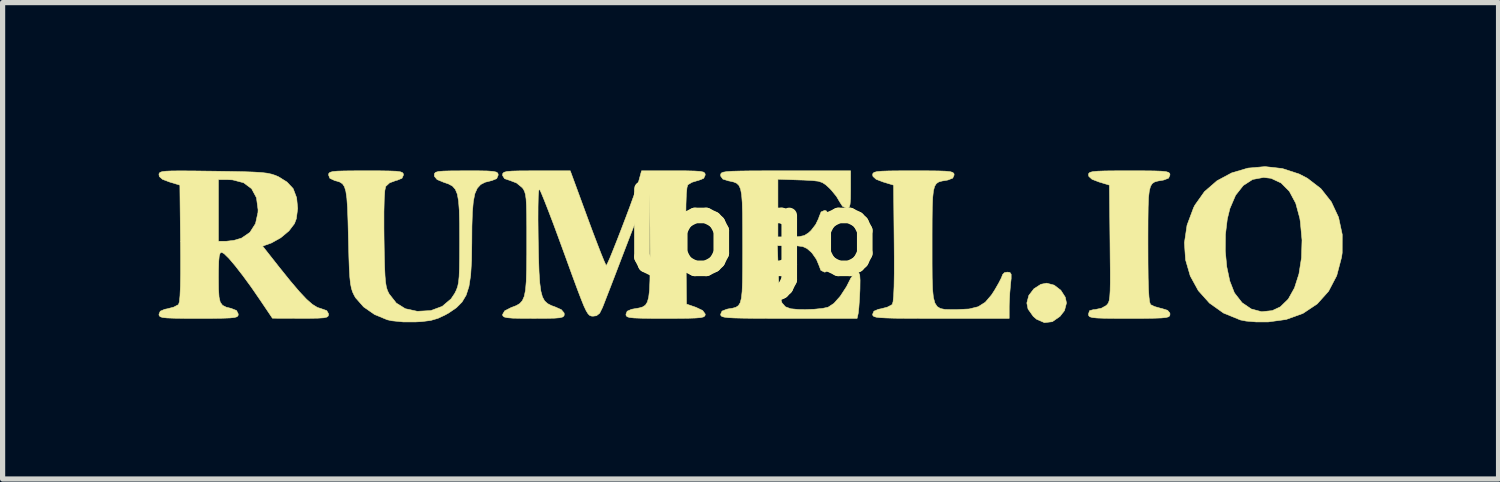
<source format=kicad_pcb>
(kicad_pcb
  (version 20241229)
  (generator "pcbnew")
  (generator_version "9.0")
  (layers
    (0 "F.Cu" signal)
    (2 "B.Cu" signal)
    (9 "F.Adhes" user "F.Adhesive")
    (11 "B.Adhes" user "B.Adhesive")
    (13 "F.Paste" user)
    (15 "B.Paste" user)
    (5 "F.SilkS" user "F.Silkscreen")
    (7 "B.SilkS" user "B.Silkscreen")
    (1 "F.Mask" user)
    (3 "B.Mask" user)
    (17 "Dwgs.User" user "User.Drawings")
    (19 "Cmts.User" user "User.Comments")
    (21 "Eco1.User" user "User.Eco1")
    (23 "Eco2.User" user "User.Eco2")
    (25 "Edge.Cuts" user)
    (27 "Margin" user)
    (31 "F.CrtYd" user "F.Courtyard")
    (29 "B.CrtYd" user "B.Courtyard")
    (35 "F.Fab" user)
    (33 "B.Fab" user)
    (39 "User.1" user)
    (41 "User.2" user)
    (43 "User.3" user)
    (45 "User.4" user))
  (footprint "logo"
    (layer "F.Cu")
    (at 11.393 1.418)
    (property "Reference" "logo" (at 0 0 0) (layer "F.SilkS") (effects (font (size 1.524 1.524) (thickness 0.3))))
    (attr through_hole)
    (fp_poly (pts (xy 5.817 1.012) (xy 5.945 1.11) (xy 6.031 1.244) (xy 6.054 1.355) (xy 6.016 1.501) (xy 5.93 1.612) (xy 5.782 1.715) (xy 5.63 1.733) (xy 5.48 1.668) (xy 5.415 1.612) (xy 5.315 1.471) (xy 5.292 1.355) (xy 5.33 1.21) (xy 5.428 1.082) (xy 5.562 0.996) (xy 5.673 0.974) (xy 5.817 1.012)) (stroke (width 0.01) (type solid)) (fill yes) (layer "F.SilkS"))
    (fp_poly (pts (xy 10.203 -1.229) (xy 10.528 -1.123) (xy 10.684 -1.042) (xy 10.943 -0.843) (xy 11.144 -0.589) (xy 11.283 -0.292) (xy 11.354 0.039) (xy 11.353 0.392) (xy 11.341 0.476) (xy 11.248 0.83) (xy 11.091 1.13) (xy 10.873 1.373) (xy 10.6 1.555) (xy 10.276 1.672) (xy 9.934 1.719) (xy 9.708 1.72) (xy 9.506 1.703) (xy 9.395 1.681) (xy 9.072 1.549) (xy 8.802 1.357) (xy 8.587 1.117) (xy 8.433 0.836) (xy 8.343 0.527) (xy 8.331 0.355) (xy 9.106 0.355) (xy 9.135 0.661) (xy 9.193 0.934) (xy 9.278 1.152) (xy 9.285 1.165) (xy 9.429 1.35) (xy 9.607 1.471) (xy 9.805 1.523) (xy 10.008 1.502) (xy 10.164 1.429) (xy 10.316 1.281) (xy 10.436 1.066) (xy 10.522 0.797) (xy 10.571 0.486) (xy 10.581 0.146) (xy 10.548 -0.21) (xy 10.538 -0.274) (xy 10.46 -0.562) (xy 10.338 -0.79) (xy 10.179 -0.951) (xy 9.986 -1.041) (xy 9.842 -1.058) (xy 9.632 -1.019) (xy 9.452 -0.903) (xy 9.304 -0.715) (xy 9.195 -0.461) (xy 9.145 -0.259) (xy 9.109 0.04) (xy 9.106 0.355) (xy 8.331 0.355) (xy 8.321 0.198) (xy 8.371 -0.14) (xy 8.497 -0.477) (xy 8.521 -0.524) (xy 8.706 -0.785) (xy 8.946 -0.993) (xy 9.229 -1.145) (xy 9.541 -1.237) (xy 9.87 -1.266) (xy 10.203 -1.229)) (stroke (width 0.01) (type solid)) (fill yes) (layer "F.SilkS"))
    (fp_poly (pts (xy 7.536 -1.185) (xy 7.738 -1.183) (xy 7.878 -1.178) (xy 7.967 -1.169) (xy 8.017 -1.154) (xy 8.039 -1.134) (xy 8.043 -1.106) (xy 8.017 -1.045) (xy 7.926 -1.009) (xy 7.891 -1.002) (xy 7.812 -0.989) (xy 7.75 -0.972) (xy 7.703 -0.941) (xy 7.669 -0.887) (xy 7.646 -0.8) (xy 7.631 -0.671) (xy 7.624 -0.49) (xy 7.621 -0.247) (xy 7.62 0.066) (xy 7.62 0.233) (xy 7.621 0.593) (xy 7.624 0.876) (xy 7.63 1.089) (xy 7.64 1.24) (xy 7.652 1.335) (xy 7.668 1.383) (xy 7.673 1.388) (xy 7.748 1.424) (xy 7.863 1.457) (xy 7.885 1.461) (xy 7.997 1.496) (xy 8.041 1.549) (xy 8.043 1.571) (xy 8.039 1.599) (xy 8.018 1.62) (xy 7.969 1.634) (xy 7.88 1.643) (xy 7.742 1.648) (xy 7.541 1.651) (xy 7.267 1.651) (xy 7.26 1.651) (xy 6.985 1.651) (xy 6.783 1.649) (xy 6.643 1.644) (xy 6.554 1.635) (xy 6.504 1.621) (xy 6.482 1.6) (xy 6.477 1.572) (xy 6.477 1.566) (xy 6.498 1.503) (xy 6.575 1.482) (xy 6.599 1.482) (xy 6.724 1.456) (xy 6.812 1.408) (xy 6.839 1.383) (xy 6.86 1.352) (xy 6.876 1.305) (xy 6.886 1.232) (xy 6.893 1.122) (xy 6.896 0.965) (xy 6.896 0.752) (xy 6.893 0.471) (xy 6.891 0.212) (xy 6.879 -0.91) (xy 6.678 -0.971) (xy 6.545 -1.022) (xy 6.484 -1.077) (xy 6.477 -1.108) (xy 6.482 -1.135) (xy 6.505 -1.155) (xy 6.558 -1.169) (xy 6.651 -1.178) (xy 6.795 -1.183) (xy 7.003 -1.185) (xy 7.26 -1.185) (xy 7.536 -1.185)) (stroke (width 0.01) (type solid)) (fill yes) (layer "F.SilkS"))
    (fp_poly (pts (xy 3.387 -1.185) (xy 3.589 -1.183) (xy 3.729 -1.178) (xy 3.819 -1.169) (xy 3.868 -1.154) (xy 3.89 -1.134) (xy 3.895 -1.106) (xy 3.868 -1.045) (xy 3.777 -1.009) (xy 3.743 -1.002) (xy 3.663 -0.989) (xy 3.601 -0.972) (xy 3.554 -0.941) (xy 3.52 -0.887) (xy 3.497 -0.8) (xy 3.483 -0.671) (xy 3.475 -0.491) (xy 3.472 -0.249) (xy 3.471 0.064) (xy 3.471 0.236) (xy 3.471 0.593) (xy 3.473 0.875) (xy 3.48 1.09) (xy 3.496 1.247) (xy 3.525 1.356) (xy 3.569 1.424) (xy 3.632 1.462) (xy 3.718 1.479) (xy 3.83 1.482) (xy 3.948 1.482) (xy 4.183 1.47) (xy 4.357 1.427) (xy 4.493 1.341) (xy 4.612 1.202) (xy 4.672 1.11) (xy 4.749 0.977) (xy 4.804 0.87) (xy 4.826 0.81) (xy 4.826 0.809) (xy 4.862 0.772) (xy 4.917 0.762) (xy 4.968 0.769) (xy 4.991 0.803) (xy 4.991 0.885) (xy 4.98 0.984) (xy 4.964 1.17) (xy 4.954 1.368) (xy 4.953 1.429) (xy 4.953 1.651) (xy 3.641 1.651) (xy 3.273 1.651) (xy 2.981 1.65) (xy 2.756 1.648) (xy 2.59 1.643) (xy 2.473 1.637) (xy 2.398 1.628) (xy 2.354 1.615) (xy 2.334 1.598) (xy 2.328 1.577) (xy 2.328 1.572) (xy 2.353 1.513) (xy 2.437 1.477) (xy 2.492 1.466) (xy 2.611 1.435) (xy 2.695 1.391) (xy 2.705 1.382) (xy 2.721 1.331) (xy 2.732 1.219) (xy 2.74 1.04) (xy 2.744 0.791) (xy 2.744 0.465) (xy 2.742 0.206) (xy 2.731 -0.91) (xy 2.529 -0.971) (xy 2.396 -1.022) (xy 2.335 -1.077) (xy 2.328 -1.108) (xy 2.334 -1.135) (xy 2.357 -1.155) (xy 2.409 -1.169) (xy 2.502 -1.178) (xy 2.647 -1.183) (xy 2.854 -1.185) (xy 3.111 -1.185) (xy 3.387 -1.185)) (stroke (width 0.01) (type solid)) (fill yes) (layer "F.SilkS"))
    (fp_poly (pts (xy -10.738 -1.183) (xy -10.435 -1.179) (xy -10.34 -1.178) (xy -10.011 -1.173) (xy -9.756 -1.168) (xy -9.561 -1.161) (xy -9.415 -1.152) (xy -9.306 -1.139) (xy -9.223 -1.121) (xy -9.153 -1.098) (xy -9.092 -1.072) (xy -8.928 -0.97) (xy -8.812 -0.847) (xy -8.807 -0.839) (xy -8.742 -0.667) (xy -8.722 -0.462) (xy -8.748 -0.264) (xy -8.784 -0.169) (xy -8.89 -0.03) (xy -9.048 0.102) (xy -9.225 0.201) (xy -9.263 0.215) (xy -9.396 0.262) (xy -9.074 0.671) (xy -8.862 0.934) (xy -8.691 1.135) (xy -8.553 1.282) (xy -8.44 1.381) (xy -8.345 1.44) (xy -8.268 1.465) (xy -8.163 1.502) (xy -8.128 1.565) (xy -8.128 1.571) (xy -8.134 1.604) (xy -8.16 1.626) (xy -8.221 1.64) (xy -8.329 1.647) (xy -8.498 1.65) (xy -8.668 1.65) (xy -9.207 1.648) (xy -9.439 1.304) (xy -9.611 1.054) (xy -9.774 0.831) (xy -9.921 0.642) (xy -10.043 0.498) (xy -10.135 0.408) (xy -10.184 0.381) (xy -10.211 0.396) (xy -10.229 0.449) (xy -10.239 0.553) (xy -10.244 0.72) (xy -10.245 0.863) (xy -10.243 1.086) (xy -10.233 1.241) (xy -10.21 1.34) (xy -10.166 1.4) (xy -10.097 1.435) (xy -10.001 1.459) (xy -9.897 1.5) (xy -9.864 1.567) (xy -9.864 1.57) (xy -9.868 1.599) (xy -9.889 1.62) (xy -9.937 1.634) (xy -10.024 1.643) (xy -10.162 1.648) (xy -10.363 1.651) (xy -10.626 1.651) (xy -10.897 1.651) (xy -11.095 1.648) (xy -11.231 1.643) (xy -11.317 1.634) (xy -11.364 1.619) (xy -11.384 1.597) (xy -11.388 1.572) (xy -11.363 1.513) (xy -11.279 1.477) (xy -11.224 1.466) (xy -11.105 1.435) (xy -11.021 1.391) (xy -11.011 1.382) (xy -10.995 1.331) (xy -10.984 1.219) (xy -10.976 1.04) (xy -10.972 0.791) (xy -10.972 0.465) (xy -10.974 0.206) (xy -10.986 -0.91) (xy -11.187 -0.971) (xy -11.306 -1.016) (xy -10.245 -1.016) (xy -10.245 0.169) (xy -10.095 0.169) (xy -9.948 0.152) (xy -9.802 0.109) (xy -9.8 0.108) (xy -9.64 -0.002) (xy -9.532 -0.171) (xy -9.485 -0.385) (xy -9.483 -0.436) (xy -9.514 -0.668) (xy -9.607 -0.841) (xy -9.761 -0.956) (xy -9.973 -1.011) (xy -10.074 -1.016) (xy -10.245 -1.016) (xy -11.306 -1.016) (xy -11.318 -1.02) (xy -11.379 -1.073) (xy -11.388 -1.111) (xy -11.384 -1.136) (xy -11.367 -1.155) (xy -11.327 -1.169) (xy -11.254 -1.178) (xy -11.138 -1.183) (xy -10.969 -1.184) (xy -10.738 -1.183)) (stroke (width 0.01) (type solid)) (fill yes) (layer "F.SilkS"))
    (fp_poly (pts (xy -5.243 -1.185) (xy -5.075 -1.182) (xy -4.967 -1.174) (xy -4.905 -1.161) (xy -4.876 -1.141) (xy -4.868 -1.111) (xy -4.868 -1.103) (xy -4.897 -1.035) (xy -4.992 -0.997) (xy -5.006 -0.994) (xy -5.118 -0.966) (xy -5.204 -0.922) (xy -5.269 -0.852) (xy -5.316 -0.747) (xy -5.346 -0.596) (xy -5.364 -0.39) (xy -5.373 -0.118) (xy -5.375 0.195) (xy -5.38 0.544) (xy -5.397 0.82) (xy -5.43 1.037) (xy -5.484 1.205) (xy -5.563 1.337) (xy -5.671 1.446) (xy -5.813 1.543) (xy -5.883 1.583) (xy -6.025 1.65) (xy -6.165 1.691) (xy -6.339 1.713) (xy -6.449 1.719) (xy -6.697 1.719) (xy -6.913 1.697) (xy -6.999 1.678) (xy -7.244 1.577) (xy -7.455 1.43) (xy -7.61 1.254) (xy -7.637 1.206) (xy -7.667 1.143) (xy -7.689 1.073) (xy -7.707 0.982) (xy -7.72 0.859) (xy -7.73 0.691) (xy -7.738 0.466) (xy -7.745 0.171) (xy -7.747 0.102) (xy -7.755 -0.223) (xy -7.764 -0.473) (xy -7.777 -0.659) (xy -7.796 -0.791) (xy -7.823 -0.88) (xy -7.861 -0.936) (xy -7.912 -0.969) (xy -7.979 -0.99) (xy -8.004 -0.995) (xy -8.103 -1.041) (xy -8.128 -1.104) (xy -8.124 -1.134) (xy -8.102 -1.155) (xy -8.052 -1.17) (xy -7.962 -1.179) (xy -7.82 -1.183) (xy -7.613 -1.185) (xy -7.408 -1.185) (xy -7.146 -1.185) (xy -6.956 -1.182) (xy -6.828 -1.177) (xy -6.748 -1.166) (xy -6.707 -1.15) (xy -6.691 -1.127) (xy -6.689 -1.105) (xy -6.717 -1.042) (xy -6.812 -1.003) (xy -6.836 -0.998) (xy -6.955 -0.954) (xy -7.03 -0.885) (xy -7.03 -0.884) (xy -7.047 -0.805) (xy -7.058 -0.644) (xy -7.064 -0.402) (xy -7.064 -0.081) (xy -7.062 0.119) (xy -7.057 0.426) (xy -7.051 0.66) (xy -7.043 0.834) (xy -7.032 0.96) (xy -7.017 1.05) (xy -6.996 1.117) (xy -6.969 1.172) (xy -6.964 1.181) (xy -6.826 1.357) (xy -6.653 1.465) (xy -6.428 1.514) (xy -6.418 1.515) (xy -6.163 1.501) (xy -5.944 1.42) (xy -5.773 1.275) (xy -5.703 1.17) (xy -5.671 1.105) (xy -5.647 1.039) (xy -5.63 0.957) (xy -5.619 0.846) (xy -5.613 0.694) (xy -5.61 0.486) (xy -5.609 0.21) (xy -5.609 0.146) (xy -5.61 -0.175) (xy -5.616 -0.422) (xy -5.63 -0.606) (xy -5.654 -0.738) (xy -5.692 -0.829) (xy -5.746 -0.891) (xy -5.821 -0.932) (xy -5.918 -0.966) (xy -5.922 -0.967) (xy -6.042 -1.017) (xy -6.092 -1.076) (xy -6.096 -1.102) (xy -6.091 -1.135) (xy -6.069 -1.157) (xy -6.016 -1.172) (xy -5.92 -1.18) (xy -5.767 -1.184) (xy -5.546 -1.185) (xy -5.482 -1.185) (xy -5.243 -1.185)) (stroke (width 0.01) (type solid)) (fill yes) (layer "F.SilkS"))
    (fp_poly (pts (xy 1.905 -0.826) (xy 1.903 -0.65) (xy 1.895 -0.543) (xy 1.878 -0.487) (xy 1.848 -0.467) (xy 1.825 -0.466) (xy 1.749 -0.504) (xy 1.696 -0.587) (xy 1.634 -0.692) (xy 1.538 -0.81) (xy 1.498 -0.852) (xy 1.427 -0.917) (xy 1.363 -0.959) (xy 1.285 -0.985) (xy 1.172 -0.998) (xy 1.003 -1.007) (xy 0.929 -1.009) (xy 0.508 -1.024) (xy 0.508 0.085) (xy 0.765 0.085) (xy 0.917 0.08) (xy 1.016 0.058) (xy 1.094 0.009) (xy 1.147 -0.04) (xy 1.234 -0.153) (xy 1.292 -0.273) (xy 1.297 -0.294) (xy 1.338 -0.395) (xy 1.402 -0.423) (xy 1.434 -0.418) (xy 1.456 -0.392) (xy 1.47 -0.334) (xy 1.477 -0.23) (xy 1.481 -0.068) (xy 1.482 0.166) (xy 1.482 0.169) (xy 1.481 0.404) (xy 1.478 0.568) (xy 1.47 0.672) (xy 1.456 0.731) (xy 1.434 0.756) (xy 1.403 0.762) (xy 1.402 0.762) (xy 1.333 0.727) (xy 1.297 0.632) (xy 1.249 0.517) (xy 1.166 0.398) (xy 1.147 0.378) (xy 1.067 0.308) (xy 0.986 0.271) (xy 0.873 0.256) (xy 0.76 0.254) (xy 0.498 0.254) (xy 0.516 0.789) (xy 0.527 1.045) (xy 0.548 1.229) (xy 0.586 1.353) (xy 0.652 1.428) (xy 0.754 1.466) (xy 0.902 1.48) (xy 1.036 1.482) (xy 1.209 1.475) (xy 1.367 1.459) (xy 1.473 1.436) (xy 1.584 1.363) (xy 1.706 1.226) (xy 1.826 1.042) (xy 1.909 0.878) (xy 1.966 0.795) (xy 2.029 0.762) (xy 2.062 0.774) (xy 2.081 0.819) (xy 2.087 0.915) (xy 2.085 1.076) (xy 2.084 1.111) (xy 2.075 1.287) (xy 2.064 1.44) (xy 2.053 1.542) (xy 2.051 1.556) (xy 2.03 1.651) (xy 0.719 1.651) (xy 0.351 1.651) (xy 0.059 1.65) (xy -0.165 1.647) (xy -0.331 1.643) (xy -0.448 1.637) (xy -0.524 1.627) (xy -0.567 1.615) (xy -0.587 1.598) (xy -0.593 1.577) (xy -0.593 1.572) (xy -0.566 1.511) (xy -0.475 1.475) (xy -0.441 1.468) (xy -0.361 1.455) (xy -0.298 1.437) (xy -0.251 1.406) (xy -0.217 1.351) (xy -0.194 1.263) (xy -0.18 1.132) (xy -0.173 0.949) (xy -0.17 0.704) (xy -0.169 0.387) (xy -0.169 0.252) (xy -0.17 -0.096) (xy -0.172 -0.37) (xy -0.178 -0.577) (xy -0.19 -0.729) (xy -0.21 -0.835) (xy -0.241 -0.904) (xy -0.284 -0.946) (xy -0.341 -0.97) (xy -0.415 -0.987) (xy -0.442 -0.992) (xy -0.55 -1.026) (xy -0.591 -1.082) (xy -0.593 -1.103) (xy -0.59 -1.126) (xy -0.575 -1.145) (xy -0.54 -1.159) (xy -0.475 -1.17) (xy -0.371 -1.177) (xy -0.22 -1.181) (xy -0.012 -1.184) (xy 0.262 -1.185) (xy 0.61 -1.185) (xy 0.656 -1.185) (xy 1.905 -1.185) (xy 1.905 -0.826)) (stroke (width 0.01) (type solid)) (fill yes) (layer "F.SilkS"))
    (fp_poly (pts (xy -3.149 -0.275) (xy -3.053 -0.016) (xy -2.965 0.215) (xy -2.891 0.406) (xy -2.834 0.545) (xy -2.799 0.623) (xy -2.791 0.635) (xy -2.769 0.597) (xy -2.723 0.495) (xy -2.66 0.34) (xy -2.584 0.149) (xy -2.501 -0.065) (xy -2.416 -0.288) (xy -2.334 -0.506) (xy -2.262 -0.705) (xy -2.205 -0.87) (xy -2.167 -0.987) (xy -2.162 -1.005) (xy -2.113 -1.185) (xy -1.501 -1.185) (xy -1.262 -1.185) (xy -1.094 -1.181) (xy -0.986 -1.174) (xy -0.924 -1.161) (xy -0.896 -1.14) (xy -0.889 -1.11) (xy -0.889 -1.105) (xy -0.918 -1.041) (xy -1.015 -1.002) (xy -1.033 -0.998) (xy -1.145 -0.964) (xy -1.221 -0.918) (xy -1.224 -0.914) (xy -1.24 -0.86) (xy -1.252 -0.737) (xy -1.259 -0.542) (xy -1.262 -0.272) (xy -1.262 0.078) (xy -1.26 0.259) (xy -1.249 1.376) (xy -1.069 1.438) (xy -0.938 1.5) (xy -0.889 1.568) (xy -0.889 1.576) (xy -0.895 1.602) (xy -0.92 1.622) (xy -0.975 1.636) (xy -1.073 1.644) (xy -1.224 1.649) (xy -1.44 1.651) (xy -1.651 1.651) (xy -1.922 1.651) (xy -2.12 1.648) (xy -2.257 1.643) (xy -2.343 1.634) (xy -2.39 1.619) (xy -2.409 1.597) (xy -2.413 1.572) (xy -2.389 1.513) (xy -2.306 1.477) (xy -2.247 1.466) (xy -2.159 1.451) (xy -2.091 1.431) (xy -2.039 1.397) (xy -2.002 1.339) (xy -1.976 1.247) (xy -1.96 1.112) (xy -1.952 0.924) (xy -1.949 0.674) (xy -1.948 0.353) (xy -1.949 0.219) (xy -1.95 -0.095) (xy -1.955 -0.362) (xy -1.961 -0.573) (xy -1.969 -0.721) (xy -1.979 -0.798) (xy -1.987 -0.804) (xy -2.012 -0.749) (xy -2.062 -0.625) (xy -2.133 -0.446) (xy -2.222 -0.221) (xy -2.322 0.037) (xy -2.411 0.268) (xy -2.52 0.552) (xy -2.622 0.819) (xy -2.713 1.055) (xy -2.788 1.248) (xy -2.841 1.385) (xy -2.864 1.443) (xy -2.918 1.552) (xy -2.979 1.6) (xy -3.046 1.609) (xy -3.08 1.606) (xy -3.11 1.594) (xy -3.141 1.563) (xy -3.177 1.505) (xy -3.221 1.412) (xy -3.276 1.275) (xy -3.348 1.087) (xy -3.44 0.838) (xy -3.555 0.521) (xy -3.599 0.4) (xy -3.71 0.097) (xy -3.812 -0.179) (xy -3.904 -0.42) (xy -3.98 -0.614) (xy -4.037 -0.753) (xy -4.07 -0.825) (xy -4.076 -0.833) (xy -4.089 -0.801) (xy -4.098 -0.689) (xy -4.102 -0.504) (xy -4.103 -0.251) (xy -4.1 0.064) (xy -4.099 0.132) (xy -4.092 0.483) (xy -4.083 0.759) (xy -4.069 0.97) (xy -4.048 1.127) (xy -4.018 1.238) (xy -3.976 1.315) (xy -3.919 1.367) (xy -3.846 1.405) (xy -3.778 1.429) (xy -3.654 1.484) (xy -3.602 1.546) (xy -3.598 1.57) (xy -3.603 1.602) (xy -3.628 1.624) (xy -3.684 1.639) (xy -3.785 1.647) (xy -3.944 1.65) (xy -4.173 1.651) (xy -4.191 1.651) (xy -4.426 1.65) (xy -4.59 1.647) (xy -4.695 1.638) (xy -4.753 1.624) (xy -4.779 1.602) (xy -4.784 1.576) (xy -4.743 1.506) (xy -4.619 1.443) (xy -4.605 1.438) (xy -4.519 1.405) (xy -4.453 1.366) (xy -4.403 1.31) (xy -4.367 1.227) (xy -4.343 1.107) (xy -4.329 0.94) (xy -4.322 0.715) (xy -4.319 0.422) (xy -4.319 0.207) (xy -4.319 -0.104) (xy -4.321 -0.341) (xy -4.325 -0.516) (xy -4.332 -0.642) (xy -4.344 -0.729) (xy -4.361 -0.788) (xy -4.384 -0.833) (xy -4.405 -0.861) (xy -4.515 -0.951) (xy -4.637 -0.998) (xy -4.745 -1.034) (xy -4.783 -1.093) (xy -4.784 -1.105) (xy -4.779 -1.136) (xy -4.755 -1.157) (xy -4.7 -1.172) (xy -4.603 -1.18) (xy -4.449 -1.184) (xy -4.228 -1.185) (xy -4.133 -1.185) (xy -3.483 -1.185) (xy -3.149 -0.275)) (stroke (width 0.01) (type solid)) (fill yes) (layer "F.SilkS")))
  (gr_rect
    (start -3 -3)
    (end 25.751 6.156)
    (stroke (width 0.1) (type default))
    (fill no)
    (layer "Edge.Cuts")))
</source>
